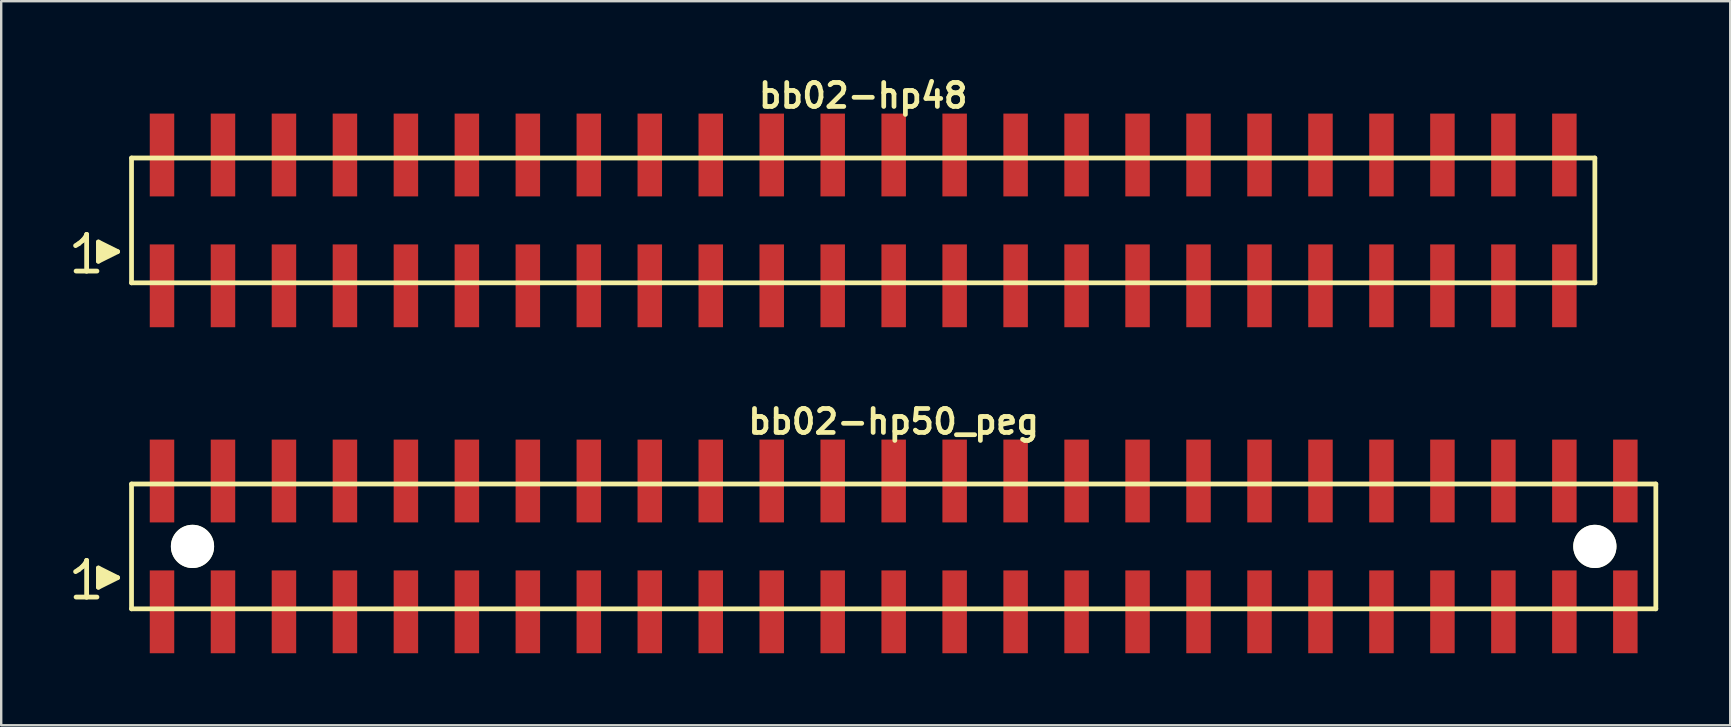
<source format=kicad_pcb>
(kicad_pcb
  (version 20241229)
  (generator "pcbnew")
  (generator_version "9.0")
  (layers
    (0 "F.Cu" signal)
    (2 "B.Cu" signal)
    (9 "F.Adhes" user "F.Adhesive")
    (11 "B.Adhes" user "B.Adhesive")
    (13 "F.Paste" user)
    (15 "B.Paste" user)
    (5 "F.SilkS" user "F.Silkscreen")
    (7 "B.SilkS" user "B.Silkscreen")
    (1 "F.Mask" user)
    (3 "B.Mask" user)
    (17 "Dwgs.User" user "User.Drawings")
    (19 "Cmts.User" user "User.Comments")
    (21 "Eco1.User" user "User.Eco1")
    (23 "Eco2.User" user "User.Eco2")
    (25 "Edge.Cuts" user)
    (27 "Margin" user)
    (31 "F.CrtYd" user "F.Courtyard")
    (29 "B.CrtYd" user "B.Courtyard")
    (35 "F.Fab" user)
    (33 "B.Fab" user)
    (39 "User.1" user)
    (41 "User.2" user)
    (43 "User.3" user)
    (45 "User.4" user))
  (footprint "bb02-hp48"
    (layer "F.Cu")
    (at 32.909 6.132)
    (property "Reference" "bb02-hp48" (at 0 -5.2 0) (layer "F.SilkS") (effects (font (size 0.998 0.998) (thickness 0.198))))
    (attr smd)
    (fp_line (start -32.81 1.05) (end -32.68 0.97) (stroke (width 0.198) (type solid)) (layer "F.SilkS"))
    (fp_line (start -32.68 0.97) (end -32.52 0.84) (stroke (width 0.198) (type solid)) (layer "F.SilkS"))
    (fp_line (start -32.52 0.84) (end -32.38 0.67) (stroke (width 0.198) (type solid)) (layer "F.SilkS"))
    (fp_line (start -32.38 0.67) (end -32.35 0.58) (stroke (width 0.198) (type solid)) (layer "F.SilkS"))
    (fp_line (start -32.35 0.58) (end -32.35 2.11) (stroke (width 0.198) (type solid)) (layer "F.SilkS"))
    (fp_line (start -32.35 2.11) (end -32.79 2.11) (stroke (width 0.198) (type solid)) (layer "F.SilkS"))
    (fp_line (start -31.92 2.11) (end -32.36 2.11) (stroke (width 0.198) (type solid)) (layer "F.SilkS"))
    (fp_line (start -31.86 0.9) (end -31.06 1.3) (stroke (width 0.198) (type solid)) (layer "F.SilkS"))
    (fp_line (start -31.86 1.7) (end -31.86 0.9) (stroke (width 0.198) (type solid)) (layer "F.SilkS"))
    (fp_line (start -31.76 1.6) (end -31.76 1) (stroke (width 0.198) (type solid)) (layer "F.SilkS"))
    (fp_line (start -31.66 1.1) (end -31.66 1.5) (stroke (width 0.198) (type solid)) (layer "F.SilkS"))
    (fp_line (start -31.56 1.5) (end -31.56 1.1) (stroke (width 0.198) (type solid)) (layer "F.SilkS"))
    (fp_line (start -31.46 1.2) (end -31.46 1.4) (stroke (width 0.198) (type solid)) (layer "F.SilkS"))
    (fp_line (start -31.36 1.4) (end -31.36 1.2) (stroke (width 0.198) (type solid)) (layer "F.SilkS"))
    (fp_line (start -31.06 1.3) (end -31.86 1.7) (stroke (width 0.198) (type solid)) (layer "F.SilkS"))
    (fp_line (start -30.48 -2.6) (end -30.48 2.6) (stroke (width 0.198) (type solid)) (layer "F.SilkS"))
    (fp_line (start -30.48 -2.6) (end 30.48 -2.6) (stroke (width 0.198) (type solid)) (layer "F.SilkS"))
    (fp_line (start 30.48 2.6) (end -30.48 2.6) (stroke (width 0.198) (type solid)) (layer "F.SilkS"))
    (fp_line (start 30.48 2.6) (end 30.48 -2.6) (stroke (width 0.198) (type solid)) (layer "F.SilkS"))
    (pad "1" smd rect (at -29.21 2.725) (size 1.02 3.45) (layers "F.Cu" "F.Mask" "F.Paste"))
    (pad "2" smd rect (at -29.21 -2.725) (size 1.02 3.45) (layers "F.Cu" "F.Mask" "F.Paste"))
    (pad "3" smd rect (at -26.67 2.725) (size 1.02 3.45) (layers "F.Cu" "F.Mask" "F.Paste"))
    (pad "4" smd rect (at -26.67 -2.725) (size 1.02 3.45) (layers "F.Cu" "F.Mask" "F.Paste"))
    (pad "5" smd rect (at -24.13 2.725) (size 1.02 3.45) (layers "F.Cu" "F.Mask" "F.Paste"))
    (pad "6" smd rect (at -24.13 -2.725) (size 1.02 3.45) (layers "F.Cu" "F.Mask" "F.Paste"))
    (pad "7" smd rect (at -21.59 2.725) (size 1.02 3.45) (layers "F.Cu" "F.Mask" "F.Paste"))
    (pad "8" smd rect (at -21.59 -2.725) (size 1.02 3.45) (layers "F.Cu" "F.Mask" "F.Paste"))
    (pad "9" smd rect (at -19.05 2.725) (size 1.02 3.45) (layers "F.Cu" "F.Mask" "F.Paste"))
    (pad "10" smd rect (at -19.05 -2.725) (size 1.02 3.45) (layers "F.Cu" "F.Mask" "F.Paste"))
    (pad "11" smd rect (at -16.51 2.725) (size 1.02 3.45) (layers "F.Cu" "F.Mask" "F.Paste"))
    (pad "12" smd rect (at -16.51 -2.725) (size 1.02 3.45) (layers "F.Cu" "F.Mask" "F.Paste"))
    (pad "13" smd rect (at -13.97 2.725) (size 1.02 3.45) (layers "F.Cu" "F.Mask" "F.Paste"))
    (pad "14" smd rect (at -13.97 -2.725) (size 1.02 3.45) (layers "F.Cu" "F.Mask" "F.Paste"))
    (pad "15" smd rect (at -11.43 2.725) (size 1.02 3.45) (layers "F.Cu" "F.Mask" "F.Paste"))
    (pad "16" smd rect (at -11.43 -2.725) (size 1.02 3.45) (layers "F.Cu" "F.Mask" "F.Paste"))
    (pad "17" smd rect (at -8.89 2.725) (size 1.02 3.45) (layers "F.Cu" "F.Mask" "F.Paste"))
    (pad "18" smd rect (at -8.89 -2.725) (size 1.02 3.45) (layers "F.Cu" "F.Mask" "F.Paste"))
    (pad "19" smd rect (at -6.35 2.725) (size 1.02 3.45) (layers "F.Cu" "F.Mask" "F.Paste"))
    (pad "20" smd rect (at -6.35 -2.725) (size 1.02 3.45) (layers "F.Cu" "F.Mask" "F.Paste"))
    (pad "21" smd rect (at -3.81 2.725) (size 1.02 3.45) (layers "F.Cu" "F.Mask" "F.Paste"))
    (pad "22" smd rect (at -3.81 -2.725) (size 1.02 3.45) (layers "F.Cu" "F.Mask" "F.Paste"))
    (pad "23" smd rect (at -1.27 2.725) (size 1.02 3.45) (layers "F.Cu" "F.Mask" "F.Paste"))
    (pad "24" smd rect (at -1.27 -2.725) (size 1.02 3.45) (layers "F.Cu" "F.Mask" "F.Paste"))
    (pad "25" smd rect (at 1.27 2.725) (size 1.02 3.45) (layers "F.Cu" "F.Mask" "F.Paste"))
    (pad "26" smd rect (at 1.27 -2.725) (size 1.02 3.45) (layers "F.Cu" "F.Mask" "F.Paste"))
    (pad "27" smd rect (at 3.81 2.725) (size 1.02 3.45) (layers "F.Cu" "F.Mask" "F.Paste"))
    (pad "28" smd rect (at 3.81 -2.725) (size 1.02 3.45) (layers "F.Cu" "F.Mask" "F.Paste"))
    (pad "29" smd rect (at 6.35 2.725) (size 1.02 3.45) (layers "F.Cu" "F.Mask" "F.Paste"))
    (pad "30" smd rect (at 6.35 -2.725) (size 1.02 3.45) (layers "F.Cu" "F.Mask" "F.Paste"))
    (pad "31" smd rect (at 8.89 2.725) (size 1.02 3.45) (layers "F.Cu" "F.Mask" "F.Paste"))
    (pad "32" smd rect (at 8.89 -2.725) (size 1.02 3.45) (layers "F.Cu" "F.Mask" "F.Paste"))
    (pad "33" smd rect (at 11.43 2.725) (size 1.02 3.45) (layers "F.Cu" "F.Mask" "F.Paste"))
    (pad "34" smd rect (at 11.43 -2.725) (size 1.02 3.45) (layers "F.Cu" "F.Mask" "F.Paste"))
    (pad "35" smd rect (at 13.97 2.725) (size 1.02 3.45) (layers "F.Cu" "F.Mask" "F.Paste"))
    (pad "36" smd rect (at 13.97 -2.725) (size 1.02 3.45) (layers "F.Cu" "F.Mask" "F.Paste"))
    (pad "37" smd rect (at 16.51 2.725) (size 1.02 3.45) (layers "F.Cu" "F.Mask" "F.Paste"))
    (pad "38" smd rect (at 16.51 -2.725) (size 1.02 3.45) (layers "F.Cu" "F.Mask" "F.Paste"))
    (pad "39" smd rect (at 19.05 2.725) (size 1.02 3.45) (layers "F.Cu" "F.Mask" "F.Paste"))
    (pad "40" smd rect (at 19.05 -2.725) (size 1.02 3.45) (layers "F.Cu" "F.Mask" "F.Paste"))
    (pad "41" smd rect (at 21.59 2.725) (size 1.02 3.45) (layers "F.Cu" "F.Mask" "F.Paste"))
    (pad "42" smd rect (at 21.59 -2.725) (size 1.02 3.45) (layers "F.Cu" "F.Mask" "F.Paste"))
    (pad "43" smd rect (at 24.13 2.725) (size 1.02 3.45) (layers "F.Cu" "F.Mask" "F.Paste"))
    (pad "44" smd rect (at 24.13 -2.725) (size 1.02 3.45) (layers "F.Cu" "F.Mask" "F.Paste"))
    (pad "45" smd rect (at 26.67 2.725) (size 1.02 3.45) (layers "F.Cu" "F.Mask" "F.Paste"))
    (pad "46" smd rect (at 26.67 -2.725) (size 1.02 3.45) (layers "F.Cu" "F.Mask" "F.Paste"))
    (pad "47" smd rect (at 29.21 2.725) (size 1.02 3.45) (layers "F.Cu" "F.Mask" "F.Paste"))
    (pad "48" smd rect (at 29.21 -2.725) (size 1.02 3.45) (layers "F.Cu" "F.Mask" "F.Paste")))
  (footprint "bb02-hp50_peg"
    (layer "F.Cu")
    (at 34.179 19.713)
    (property "Reference" "bb02-hp50_peg" (at 0 -5.2 0) (layer "F.SilkS") (effects (font (size 0.998 0.998) (thickness 0.198))))
    (attr smd)
    (fp_line (start -34.08 1.05) (end -33.95 0.97) (stroke (width 0.198) (type solid)) (layer "F.SilkS"))
    (fp_line (start -33.95 0.97) (end -33.79 0.84) (stroke (width 0.198) (type solid)) (layer "F.SilkS"))
    (fp_line (start -33.79 0.84) (end -33.65 0.67) (stroke (width 0.198) (type solid)) (layer "F.SilkS"))
    (fp_line (start -33.65 0.67) (end -33.62 0.58) (stroke (width 0.198) (type solid)) (layer "F.SilkS"))
    (fp_line (start -33.62 0.58) (end -33.62 2.11) (stroke (width 0.198) (type solid)) (layer "F.SilkS"))
    (fp_line (start -33.62 2.11) (end -34.06 2.11) (stroke (width 0.198) (type solid)) (layer "F.SilkS"))
    (fp_line (start -33.19 2.11) (end -33.63 2.11) (stroke (width 0.198) (type solid)) (layer "F.SilkS"))
    (fp_line (start -33.13 0.9) (end -32.33 1.3) (stroke (width 0.198) (type solid)) (layer "F.SilkS"))
    (fp_line (start -33.13 1.7) (end -33.13 0.9) (stroke (width 0.198) (type solid)) (layer "F.SilkS"))
    (fp_line (start -33.03 1.6) (end -33.03 1) (stroke (width 0.198) (type solid)) (layer "F.SilkS"))
    (fp_line (start -32.93 1.1) (end -32.93 1.5) (stroke (width 0.198) (type solid)) (layer "F.SilkS"))
    (fp_line (start -32.83 1.5) (end -32.83 1.1) (stroke (width 0.198) (type solid)) (layer "F.SilkS"))
    (fp_line (start -32.73 1.2) (end -32.73 1.4) (stroke (width 0.198) (type solid)) (layer "F.SilkS"))
    (fp_line (start -32.63 1.4) (end -32.63 1.2) (stroke (width 0.198) (type solid)) (layer "F.SilkS"))
    (fp_line (start -32.33 1.3) (end -33.13 1.7) (stroke (width 0.198) (type solid)) (layer "F.SilkS"))
    (fp_line (start -31.75 -2.6) (end -31.75 2.6) (stroke (width 0.198) (type solid)) (layer "F.SilkS"))
    (fp_line (start -31.75 -2.6) (end 31.75 -2.6) (stroke (width 0.198) (type solid)) (layer "F.SilkS"))
    (fp_line (start 31.75 2.6) (end -31.75 2.6) (stroke (width 0.198) (type solid)) (layer "F.SilkS"))
    (fp_line (start 31.75 2.6) (end 31.75 -2.6) (stroke (width 0.198) (type solid)) (layer "F.SilkS"))
    (pad "" np_thru_hole circle (at -29.21 0) (size 1.8 1.8) (drill 1.8) (layers "*.Cu" "*.Mask" "F.SilkS"))
    (pad "" np_thru_hole circle (at 29.21 0) (size 1.8 1.8) (drill 1.8) (layers "*.Cu" "*.Mask" "F.SilkS"))
    (pad "1" smd rect (at -30.48 2.725) (size 1.02 3.45) (layers "F.Cu" "F.Mask" "F.Paste"))
    (pad "2" smd rect (at -30.48 -2.725) (size 1.02 3.45) (layers "F.Cu" "F.Mask" "F.Paste"))
    (pad "3" smd rect (at -27.94 2.725) (size 1.02 3.45) (layers "F.Cu" "F.Mask" "F.Paste"))
    (pad "4" smd rect (at -27.94 -2.725) (size 1.02 3.45) (layers "F.Cu" "F.Mask" "F.Paste"))
    (pad "5" smd rect (at -25.4 2.725) (size 1.02 3.45) (layers "F.Cu" "F.Mask" "F.Paste"))
    (pad "6" smd rect (at -25.4 -2.725) (size 1.02 3.45) (layers "F.Cu" "F.Mask" "F.Paste"))
    (pad "7" smd rect (at -22.86 2.725) (size 1.02 3.45) (layers "F.Cu" "F.Mask" "F.Paste"))
    (pad "8" smd rect (at -22.86 -2.725) (size 1.02 3.45) (layers "F.Cu" "F.Mask" "F.Paste"))
    (pad "9" smd rect (at -20.32 2.725) (size 1.02 3.45) (layers "F.Cu" "F.Mask" "F.Paste"))
    (pad "10" smd rect (at -20.32 -2.725) (size 1.02 3.45) (layers "F.Cu" "F.Mask" "F.Paste"))
    (pad "11" smd rect (at -17.78 2.725) (size 1.02 3.45) (layers "F.Cu" "F.Mask" "F.Paste"))
    (pad "12" smd rect (at -17.78 -2.725) (size 1.02 3.45) (layers "F.Cu" "F.Mask" "F.Paste"))
    (pad "13" smd rect (at -15.24 2.725) (size 1.02 3.45) (layers "F.Cu" "F.Mask" "F.Paste"))
    (pad "14" smd rect (at -15.24 -2.725) (size 1.02 3.45) (layers "F.Cu" "F.Mask" "F.Paste"))
    (pad "15" smd rect (at -12.7 2.725) (size 1.02 3.45) (layers "F.Cu" "F.Mask" "F.Paste"))
    (pad "16" smd rect (at -12.7 -2.725) (size 1.02 3.45) (layers "F.Cu" "F.Mask" "F.Paste"))
    (pad "17" smd rect (at -10.16 2.725) (size 1.02 3.45) (layers "F.Cu" "F.Mask" "F.Paste"))
    (pad "18" smd rect (at -10.16 -2.725) (size 1.02 3.45) (layers "F.Cu" "F.Mask" "F.Paste"))
    (pad "19" smd rect (at -7.62 2.725) (size 1.02 3.45) (layers "F.Cu" "F.Mask" "F.Paste"))
    (pad "20" smd rect (at -7.62 -2.725) (size 1.02 3.45) (layers "F.Cu" "F.Mask" "F.Paste"))
    (pad "21" smd rect (at -5.08 2.725) (size 1.02 3.45) (layers "F.Cu" "F.Mask" "F.Paste"))
    (pad "22" smd rect (at -5.08 -2.725) (size 1.02 3.45) (layers "F.Cu" "F.Mask" "F.Paste"))
    (pad "23" smd rect (at -2.54 2.725) (size 1.02 3.45) (layers "F.Cu" "F.Mask" "F.Paste"))
    (pad "24" smd rect (at -2.54 -2.725) (size 1.02 3.45) (layers "F.Cu" "F.Mask" "F.Paste"))
    (pad "25" smd rect (at 0 2.725) (size 1.02 3.45) (layers "F.Cu" "F.Mask" "F.Paste"))
    (pad "26" smd rect (at 0 -2.725) (size 1.02 3.45) (layers "F.Cu" "F.Mask" "F.Paste"))
    (pad "27" smd rect (at 2.54 2.725) (size 1.02 3.45) (layers "F.Cu" "F.Mask" "F.Paste"))
    (pad "28" smd rect (at 2.54 -2.725) (size 1.02 3.45) (layers "F.Cu" "F.Mask" "F.Paste"))
    (pad "29" smd rect (at 5.08 2.725) (size 1.02 3.45) (layers "F.Cu" "F.Mask" "F.Paste"))
    (pad "30" smd rect (at 5.08 -2.725) (size 1.02 3.45) (layers "F.Cu" "F.Mask" "F.Paste"))
    (pad "31" smd rect (at 7.62 2.725) (size 1.02 3.45) (layers "F.Cu" "F.Mask" "F.Paste"))
    (pad "32" smd rect (at 7.62 -2.725) (size 1.02 3.45) (layers "F.Cu" "F.Mask" "F.Paste"))
    (pad "33" smd rect (at 10.16 2.725) (size 1.02 3.45) (layers "F.Cu" "F.Mask" "F.Paste"))
    (pad "34" smd rect (at 10.16 -2.725) (size 1.02 3.45) (layers "F.Cu" "F.Mask" "F.Paste"))
    (pad "35" smd rect (at 12.7 2.725) (size 1.02 3.45) (layers "F.Cu" "F.Mask" "F.Paste"))
    (pad "36" smd rect (at 12.7 -2.725) (size 1.02 3.45) (layers "F.Cu" "F.Mask" "F.Paste"))
    (pad "37" smd rect (at 15.24 2.725) (size 1.02 3.45) (layers "F.Cu" "F.Mask" "F.Paste"))
    (pad "38" smd rect (at 15.24 -2.725) (size 1.02 3.45) (layers "F.Cu" "F.Mask" "F.Paste"))
    (pad "39" smd rect (at 17.78 2.725) (size 1.02 3.45) (layers "F.Cu" "F.Mask" "F.Paste"))
    (pad "40" smd rect (at 17.78 -2.725) (size 1.02 3.45) (layers "F.Cu" "F.Mask" "F.Paste"))
    (pad "41" smd rect (at 20.32 2.725) (size 1.02 3.45) (layers "F.Cu" "F.Mask" "F.Paste"))
    (pad "42" smd rect (at 20.32 -2.725) (size 1.02 3.45) (layers "F.Cu" "F.Mask" "F.Paste"))
    (pad "43" smd rect (at 22.86 2.725) (size 1.02 3.45) (layers "F.Cu" "F.Mask" "F.Paste"))
    (pad "44" smd rect (at 22.86 -2.725) (size 1.02 3.45) (layers "F.Cu" "F.Mask" "F.Paste"))
    (pad "45" smd rect (at 25.4 2.725) (size 1.02 3.45) (layers "F.Cu" "F.Mask" "F.Paste"))
    (pad "46" smd rect (at 25.4 -2.725) (size 1.02 3.45) (layers "F.Cu" "F.Mask" "F.Paste"))
    (pad "47" smd rect (at 27.94 2.725) (size 1.02 3.45) (layers "F.Cu" "F.Mask" "F.Paste"))
    (pad "48" smd rect (at 27.94 -2.725) (size 1.02 3.45) (layers "F.Cu" "F.Mask" "F.Paste"))
    (pad "49" smd rect (at 30.48 2.725) (size 1.02 3.45) (layers "F.Cu" "F.Mask" "F.Paste"))
    (pad "50" smd rect (at 30.48 -2.725) (size 1.02 3.45) (layers "F.Cu" "F.Mask" "F.Paste")))
  (gr_rect
    (start -3 -3)
    (end 69.028 27.163)
    (stroke (width 0.1) (type default))
    (fill no)
    (layer "Edge.Cuts")))
</source>
